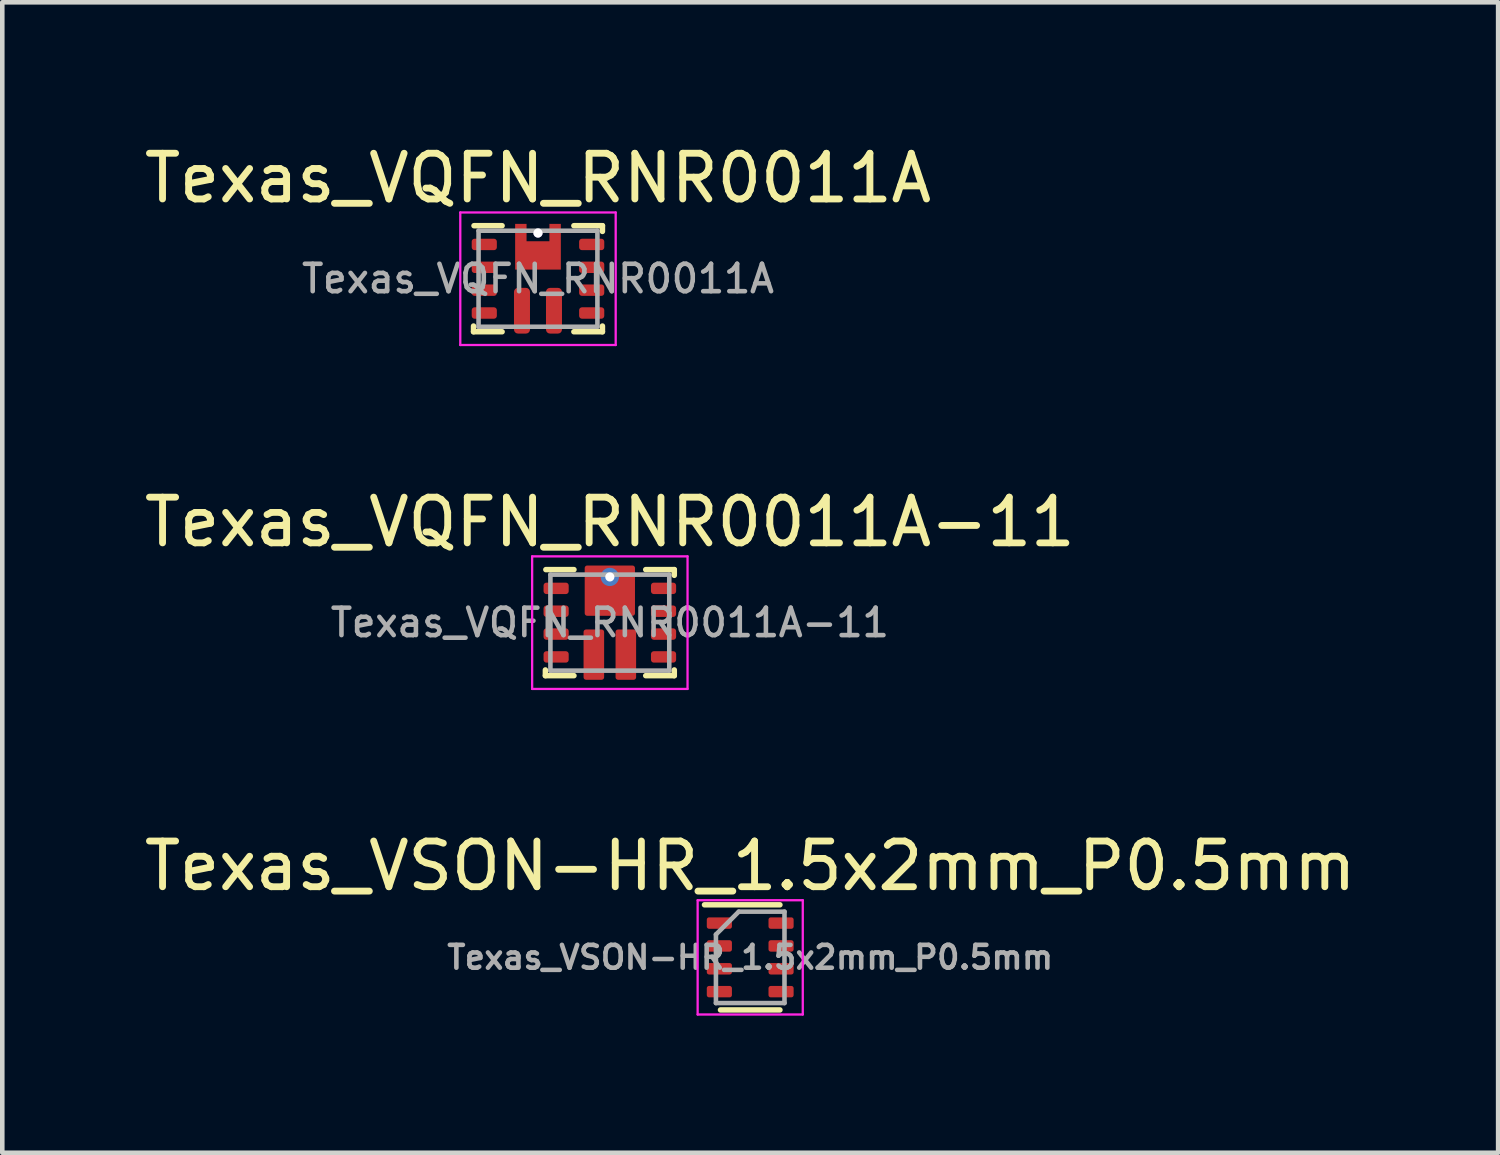
<source format=kicad_pcb>
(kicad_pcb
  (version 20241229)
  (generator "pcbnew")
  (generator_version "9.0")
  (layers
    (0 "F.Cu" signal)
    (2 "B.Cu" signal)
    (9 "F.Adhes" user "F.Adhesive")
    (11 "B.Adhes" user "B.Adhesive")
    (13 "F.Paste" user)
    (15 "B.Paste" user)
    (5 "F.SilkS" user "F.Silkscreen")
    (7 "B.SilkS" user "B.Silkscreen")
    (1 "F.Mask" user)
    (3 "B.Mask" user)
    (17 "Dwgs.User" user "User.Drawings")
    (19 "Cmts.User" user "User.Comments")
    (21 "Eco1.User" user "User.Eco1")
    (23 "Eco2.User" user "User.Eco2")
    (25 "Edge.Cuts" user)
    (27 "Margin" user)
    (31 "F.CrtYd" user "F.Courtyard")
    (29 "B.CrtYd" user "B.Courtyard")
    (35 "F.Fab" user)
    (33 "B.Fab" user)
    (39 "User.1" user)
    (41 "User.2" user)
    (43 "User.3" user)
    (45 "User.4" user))
  (footprint "Texas_VQFN_RNR0011A"
    (layer "F.Cu")
    (at 8.72 3.048)
    (property "Reference" "Texas_VQFN_RNR0011A" (at 0 -2.2 0) (layer "F.SilkS") (effects (font (size 1 1) (thickness 0.15))))
    (attr smd)
    (fp_line (start -1.41 1.035) (end -1.41 1.16) (stroke (width 0.12) (type solid)) (layer "F.SilkS"))
    (fp_line (start -1.41 1.16) (end -0.785 1.16) (stroke (width 0.12) (type solid)) (layer "F.SilkS"))
    (fp_line (start -1.4 -1.16) (end -0.785 -1.16) (stroke (width 0.12) (type solid)) (layer "F.SilkS"))
    (fp_line (start 0.785 -1.16) (end 1.41 -1.16) (stroke (width 0.12) (type solid)) (layer "F.SilkS"))
    (fp_line (start 0.785 1.16) (end 1.41 1.16) (stroke (width 0.12) (type solid)) (layer "F.SilkS"))
    (fp_line (start 1.41 -1.035) (end 1.41 -1.16) (stroke (width 0.12) (type solid)) (layer "F.SilkS"))
    (fp_line (start 1.41 1.035) (end 1.41 1.16) (stroke (width 0.12) (type solid)) (layer "F.SilkS"))
    (fp_line (start -1.7 -1.45) (end -1.7 1.45) (stroke (width 0.05) (type solid)) (layer "F.CrtYd"))
    (fp_line (start -1.7 -1.45) (end 1.7 -1.45) (stroke (width 0.05) (type solid)) (layer "F.CrtYd"))
    (fp_line (start -1.7 1.45) (end 1.7 1.45) (stroke (width 0.05) (type solid)) (layer "F.CrtYd"))
    (fp_line (start 1.7 -1.45) (end 1.7 1.45) (stroke (width 0.05) (type solid)) (layer "F.CrtYd"))
    (fp_line (start -1.3 -1.05) (end -1.3 1.05) (stroke (width 0.1) (type solid)) (layer "F.Fab"))
    (fp_line (start -1.3 -1.05) (end 1.3 -1.05) (stroke (width 0.1) (type solid)) (layer "F.Fab"))
    (fp_line (start -1.3 1.05) (end 1.3 1.05) (stroke (width 0.1) (type solid)) (layer "F.Fab"))
    (fp_line (start 1.3 -1.05) (end 1.3 1.05) (stroke (width 0.1) (type solid)) (layer "F.Fab"))
    (fp_text user "${REFERENCE}" (at 0 0 0) (layer "F.Fab") (effects (font (size 0.6 0.6) (thickness 0.1))))
    (pad "" smd roundrect (at -0.375 -1.06 180) (size 0.25 0.28) (layers "F.Paste") (roundrect_rratio 0.25))
    (pad "" smd roundrect (at -0.35 0.74 180) (size 0.35 0.92) (layers "F.Paste") (roundrect_rratio 0.25))
    (pad "" smd roundrect (at 0 -0.46 180) (size 1 0.52) (layers "F.Paste") (roundrect_rratio 0.25))
    (pad "" smd roundrect (at 0.35 0.74 180) (size 0.35 0.92) (layers "F.Paste") (roundrect_rratio 0.25))
    (pad "" smd roundrect (at 0.375 -1.06 180) (size 0.25 0.28) (layers "F.Paste") (roundrect_rratio 0.25))
    (pad "0" thru_hole circle (at 0 -1) (size 0.2 0.2) (drill 0.2) (layers "*.Cu" "*.Mask"))
    (pad "1" smd roundrect (at -1.175 -0.75) (size 0.55 0.25) (layers "F.Cu" "F.Mask" "F.Paste") (roundrect_rratio 0.25))
    (pad "2" smd roundrect (at -1.175 -0.25) (size 0.55 0.25) (layers "F.Cu" "F.Mask" "F.Paste") (roundrect_rratio 0.25))
    (pad "3" smd roundrect (at -1.175 0.25) (size 0.55 0.25) (layers "F.Cu" "F.Mask" "F.Paste") (roundrect_rratio 0.25))
    (pad "4" smd roundrect (at -1.175 0.75) (size 0.55 0.25) (layers "F.Cu" "F.Mask" "F.Paste") (roundrect_rratio 0.25))
    (pad "5" smd roundrect (at -0.35 0.7) (size 0.35 1) (layers "F.Cu" "F.Mask") (roundrect_rratio 0.25))
    (pad "6" smd roundrect (at 0.35 0.7) (size 0.35 1) (layers "F.Cu" "F.Mask") (roundrect_rratio 0.25))
    (pad "7" smd roundrect (at 1.175 0.75 180) (size 0.55 0.25) (layers "F.Cu" "F.Mask" "F.Paste") (roundrect_rratio 0.25))
    (pad "8" smd roundrect (at 1.175 0.25 180) (size 0.55 0.25) (layers "F.Cu" "F.Mask" "F.Paste") (roundrect_rratio 0.25))
    (pad "9" smd roundrect (at 1.175 -0.25 180) (size 0.55 0.25) (layers "F.Cu" "F.Mask" "F.Paste") (roundrect_rratio 0.25))
    (pad "10" smd roundrect (at 1.175 -0.75 180) (size 0.55 0.25) (layers "F.Cu" "F.Mask" "F.Paste") (roundrect_rratio 0.25))
    (pad "11" smd custom (at 0 -0.7) (size 1 0.12) (layers "F.Cu" "F.Mask") (options (anchor rect)) (primitives (gr_poly (pts (xy 0.5 -0.5) (xy 0.25 -0.5) (xy 0.25 -0.12) (xy -0.25 -0.12) (xy -0.25 -0.5) (xy -0.5 -0.5) (xy -0.5 0.5) (xy 0.5 0.5)) (width 0) (fill yes)))))
  (footprint "Texas_VQFN_RNR0011A-11"
    (layer "F.Cu")
    (at 10.292 10.572)
    (property "Reference" "Texas_VQFN_RNR0011A-11" (at 0 -2.2 0) (layer "F.SilkS") (effects (font (size 1 1) (thickness 0.15))))
    (attr smd)
    (fp_line (start -1.41 1.035) (end -1.41 1.16) (stroke (width 0.12) (type solid)) (layer "F.SilkS"))
    (fp_line (start -1.41 1.16) (end -0.785 1.16) (stroke (width 0.12) (type solid)) (layer "F.SilkS"))
    (fp_line (start -1.4 -1.16) (end -0.785 -1.16) (stroke (width 0.12) (type solid)) (layer "F.SilkS"))
    (fp_line (start 0.785 -1.16) (end 1.41 -1.16) (stroke (width 0.12) (type solid)) (layer "F.SilkS"))
    (fp_line (start 0.785 1.16) (end 1.41 1.16) (stroke (width 0.12) (type solid)) (layer "F.SilkS"))
    (fp_line (start 1.41 -1.035) (end 1.41 -1.16) (stroke (width 0.12) (type solid)) (layer "F.SilkS"))
    (fp_line (start 1.41 1.035) (end 1.41 1.16) (stroke (width 0.12) (type solid)) (layer "F.SilkS"))
    (fp_line (start -1.7 -1.45) (end -1.7 1.45) (stroke (width 0.05) (type solid)) (layer "F.CrtYd"))
    (fp_line (start -1.7 -1.45) (end 1.7 -1.45) (stroke (width 0.05) (type solid)) (layer "F.CrtYd"))
    (fp_line (start -1.7 1.45) (end 1.7 1.45) (stroke (width 0.05) (type solid)) (layer "F.CrtYd"))
    (fp_line (start 1.7 -1.45) (end 1.7 1.45) (stroke (width 0.05) (type solid)) (layer "F.CrtYd"))
    (fp_line (start -1.3 -1.05) (end -1.3 1.05) (stroke (width 0.1) (type solid)) (layer "F.Fab"))
    (fp_line (start -1.3 -1.05) (end 1.3 -1.05) (stroke (width 0.1) (type solid)) (layer "F.Fab"))
    (fp_line (start -1.3 1.05) (end 1.3 1.05) (stroke (width 0.1) (type solid)) (layer "F.Fab"))
    (fp_line (start 1.3 -1.05) (end 1.3 1.05) (stroke (width 0.1) (type solid)) (layer "F.Fab"))
    (fp_text user "${REFERENCE}" (at 0 0 0) (layer "F.Fab") (effects (font (size 0.6 0.6) (thickness 0.1))))
    (pad "" smd custom (at 0 -0.7) (size 1 0.12) (layers "F.Paste") (options (anchor rect)) (primitives (gr_poly (pts (xy 0.5 -0.5) (xy 0.25 -0.5) (xy 0.25 -0.12) (xy -0.25 -0.12) (xy -0.25 -0.5) (xy -0.5 -0.5) (xy -0.5 0.5) (xy 0.5 0.5)) (width 0) (fill yes))))
    (pad "1" smd roundrect (at -1.175 -0.75) (size 0.55 0.25) (layers "F.Cu" "F.Mask" "F.Paste") (roundrect_rratio 0.25))
    (pad "2" smd roundrect (at -1.175 -0.25) (size 0.55 0.25) (layers "F.Cu" "F.Mask" "F.Paste") (roundrect_rratio 0.25))
    (pad "3" smd roundrect (at -1.175 0.25) (size 0.55 0.25) (layers "F.Cu" "F.Mask" "F.Paste") (roundrect_rratio 0.25))
    (pad "4" smd roundrect (at -1.175 0.75) (size 0.55 0.25) (layers "F.Cu" "F.Mask" "F.Paste") (roundrect_rratio 0.25))
    (pad "5" smd roundrect (at -0.35 0.7) (size 0.45 1.1) (layers "F.Cu" "F.Mask" "F.Paste") (roundrect_rratio 0.12))
    (pad "6" smd roundrect (at 0.35 0.7) (size 0.45 1.1) (layers "F.Cu" "F.Mask" "F.Paste") (roundrect_rratio 0.12))
    (pad "7" smd roundrect (at 1.175 0.75 180) (size 0.55 0.25) (layers "F.Cu" "F.Mask" "F.Paste") (roundrect_rratio 0.25))
    (pad "8" smd roundrect (at 1.175 0.25 180) (size 0.55 0.25) (layers "F.Cu" "F.Mask" "F.Paste") (roundrect_rratio 0.25))
    (pad "9" smd roundrect (at 1.175 -0.25 180) (size 0.55 0.25) (layers "F.Cu" "F.Mask" "F.Paste") (roundrect_rratio 0.25))
    (pad "10" smd roundrect (at 1.175 -0.75 180) (size 0.55 0.25) (layers "F.Cu" "F.Mask" "F.Paste") (roundrect_rratio 0.25))
    (pad "11" thru_hole circle (at 0 -1) (size 0.4 0.4) (drill 0.2) (layers "*.Cu" "*.Mask"))
    (pad "11" smd roundrect (at 0 -0.7) (size 1.1 1.1) (layers "F.Cu" "F.Mask") (roundrect_rratio 0.05)))
  (footprint "Texas_VSON-HR_1.5x2mm_P0.5mm"
    (layer "F.Cu")
    (at 13.363 17.895)
    (property "Reference" "Texas_VSON-HR_1.5x2mm_P0.5mm" (at 0 -2 0) (layer "F.SilkS") (effects (font (size 1 1) (thickness 0.15))))
    (attr smd)
    (fp_line (start -1 -1.15) (end 0.65 -1.15) (stroke (width 0.12) (type solid)) (layer "F.SilkS"))
    (fp_line (start -0.65 1.15) (end 0.65 1.15) (stroke (width 0.12) (type solid)) (layer "F.SilkS"))
    (fp_line (start -1.15 -1.25) (end -1.15 1.25) (stroke (width 0.05) (type solid)) (layer "F.CrtYd"))
    (fp_line (start -1.15 -1.25) (end 1.15 -1.25) (stroke (width 0.05) (type solid)) (layer "F.CrtYd"))
    (fp_line (start -1.15 1.25) (end 1.15 1.25) (stroke (width 0.05) (type solid)) (layer "F.CrtYd"))
    (fp_line (start 1.15 -1.25) (end 1.15 1.25) (stroke (width 0.05) (type solid)) (layer "F.CrtYd"))
    (fp_line (start -0.75 -0.5) (end -0.25 -1) (stroke (width 0.1) (type solid)) (layer "F.Fab"))
    (fp_line (start -0.75 1) (end -0.75 -0.5) (stroke (width 0.1) (type solid)) (layer "F.Fab"))
    (fp_line (start -0.25 -1) (end 0.75 -1) (stroke (width 0.1) (type solid)) (layer "F.Fab"))
    (fp_line (start 0.75 -1) (end 0.75 1) (stroke (width 0.1) (type solid)) (layer "F.Fab"))
    (fp_line (start 0.75 1) (end -0.75 1) (stroke (width 0.1) (type solid)) (layer "F.Fab"))
    (fp_text user "${REFERENCE}" (at 0 0 0) (layer "F.Fab") (effects (font (size 0.5 0.5) (thickness 0.1))))
    (pad "1" smd roundrect (at -0.675 -0.75) (size 0.55 0.25) (layers "F.Cu" "F.Mask" "F.Paste") (roundrect_rratio 0.2))
    (pad "2" smd roundrect (at -0.675 -0.25) (size 0.55 0.25) (layers "F.Cu" "F.Mask" "F.Paste") (roundrect_rratio 0.2))
    (pad "3" smd roundrect (at -0.675 0.25) (size 0.55 0.25) (layers "F.Cu" "F.Mask" "F.Paste") (roundrect_rratio 0.2))
    (pad "4" smd roundrect (at -0.675 0.75) (size 0.55 0.25) (layers "F.Cu" "F.Mask" "F.Paste") (roundrect_rratio 0.2))
    (pad "5" smd roundrect (at 0.675 0.75) (size 0.55 0.25) (layers "F.Cu" "F.Mask" "F.Paste") (roundrect_rratio 0.2))
    (pad "6" smd roundrect (at 0.675 0.25) (size 0.55 0.25) (layers "F.Cu" "F.Mask" "F.Paste") (roundrect_rratio 0.2))
    (pad "7" smd roundrect (at 0.675 -0.25) (size 0.55 0.25) (layers "F.Cu" "F.Mask" "F.Paste") (roundrect_rratio 0.2))
    (pad "8" smd roundrect (at 0.675 -0.75) (size 0.55 0.25) (layers "F.Cu" "F.Mask" "F.Paste") (roundrect_rratio 0.2)))
  (gr_rect
    (start -3 -3)
    (end 29.726 22.17)
    (stroke (width 0.1) (type default))
    (fill no)
    (layer "Edge.Cuts")))
</source>
